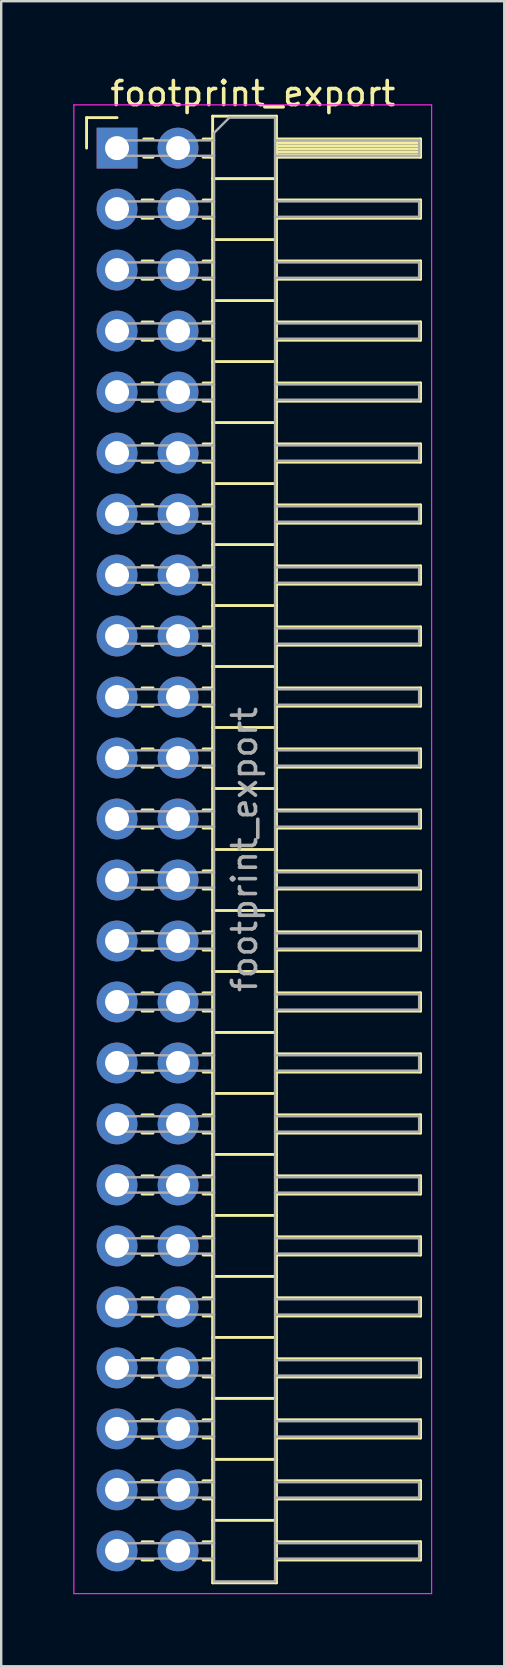
<source format=kicad_pcb>
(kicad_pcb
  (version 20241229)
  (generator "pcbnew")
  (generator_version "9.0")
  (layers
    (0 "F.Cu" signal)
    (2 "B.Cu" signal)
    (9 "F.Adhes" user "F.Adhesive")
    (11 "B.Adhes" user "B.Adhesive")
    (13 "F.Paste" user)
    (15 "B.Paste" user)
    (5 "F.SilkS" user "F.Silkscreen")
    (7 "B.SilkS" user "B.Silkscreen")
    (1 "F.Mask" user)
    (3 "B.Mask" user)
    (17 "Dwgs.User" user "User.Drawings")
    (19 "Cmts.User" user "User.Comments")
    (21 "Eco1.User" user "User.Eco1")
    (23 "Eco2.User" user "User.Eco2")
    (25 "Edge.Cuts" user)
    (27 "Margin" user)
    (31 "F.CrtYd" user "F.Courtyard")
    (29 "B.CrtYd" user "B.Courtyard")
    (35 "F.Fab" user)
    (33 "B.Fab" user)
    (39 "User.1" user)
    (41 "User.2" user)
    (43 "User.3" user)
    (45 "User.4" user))
  (footprint "footprint_export"
    (layer "F.Cu")
    (at 1.825 3.118)
    (property "Reference" "footprint_export" (at 5.655 -2.27 0) (layer "F.SilkS") (effects (font (size 1 1) (thickness 0.15))))
    (attr through_hole)
    (fp_line (start -1.27 -1.27) (end 0 -1.27) (stroke (width 0.12) (type solid)) (layer "F.SilkS"))
    (fp_line (start -1.27 0) (end -1.27 -1.27) (stroke (width 0.12) (type solid)) (layer "F.SilkS"))
    (fp_line (start 1.043 2.16) (end 1.497 2.16) (stroke (width 0.12) (type solid)) (layer "F.SilkS"))
    (fp_line (start 1.043 2.92) (end 1.497 2.92) (stroke (width 0.12) (type solid)) (layer "F.SilkS"))
    (fp_line (start 1.043 4.7) (end 1.497 4.7) (stroke (width 0.12) (type solid)) (layer "F.SilkS"))
    (fp_line (start 1.043 5.46) (end 1.497 5.46) (stroke (width 0.12) (type solid)) (layer "F.SilkS"))
    (fp_line (start 1.043 7.24) (end 1.497 7.24) (stroke (width 0.12) (type solid)) (layer "F.SilkS"))
    (fp_line (start 1.043 8) (end 1.497 8) (stroke (width 0.12) (type solid)) (layer "F.SilkS"))
    (fp_line (start 1.043 9.78) (end 1.497 9.78) (stroke (width 0.12) (type solid)) (layer "F.SilkS"))
    (fp_line (start 1.043 10.54) (end 1.497 10.54) (stroke (width 0.12) (type solid)) (layer "F.SilkS"))
    (fp_line (start 1.043 12.32) (end 1.497 12.32) (stroke (width 0.12) (type solid)) (layer "F.SilkS"))
    (fp_line (start 1.043 13.08) (end 1.497 13.08) (stroke (width 0.12) (type solid)) (layer "F.SilkS"))
    (fp_line (start 1.043 14.86) (end 1.497 14.86) (stroke (width 0.12) (type solid)) (layer "F.SilkS"))
    (fp_line (start 1.043 15.62) (end 1.497 15.62) (stroke (width 0.12) (type solid)) (layer "F.SilkS"))
    (fp_line (start 1.043 17.4) (end 1.497 17.4) (stroke (width 0.12) (type solid)) (layer "F.SilkS"))
    (fp_line (start 1.043 18.16) (end 1.497 18.16) (stroke (width 0.12) (type solid)) (layer "F.SilkS"))
    (fp_line (start 1.043 19.94) (end 1.497 19.94) (stroke (width 0.12) (type solid)) (layer "F.SilkS"))
    (fp_line (start 1.043 20.7) (end 1.497 20.7) (stroke (width 0.12) (type solid)) (layer "F.SilkS"))
    (fp_line (start 1.043 22.48) (end 1.497 22.48) (stroke (width 0.12) (type solid)) (layer "F.SilkS"))
    (fp_line (start 1.043 23.24) (end 1.497 23.24) (stroke (width 0.12) (type solid)) (layer "F.SilkS"))
    (fp_line (start 1.043 25.02) (end 1.497 25.02) (stroke (width 0.12) (type solid)) (layer "F.SilkS"))
    (fp_line (start 1.043 25.78) (end 1.497 25.78) (stroke (width 0.12) (type solid)) (layer "F.SilkS"))
    (fp_line (start 1.043 27.56) (end 1.497 27.56) (stroke (width 0.12) (type solid)) (layer "F.SilkS"))
    (fp_line (start 1.043 28.32) (end 1.497 28.32) (stroke (width 0.12) (type solid)) (layer "F.SilkS"))
    (fp_line (start 1.043 30.1) (end 1.497 30.1) (stroke (width 0.12) (type solid)) (layer "F.SilkS"))
    (fp_line (start 1.043 30.86) (end 1.497 30.86) (stroke (width 0.12) (type solid)) (layer "F.SilkS"))
    (fp_line (start 1.043 32.64) (end 1.497 32.64) (stroke (width 0.12) (type solid)) (layer "F.SilkS"))
    (fp_line (start 1.043 33.4) (end 1.497 33.4) (stroke (width 0.12) (type solid)) (layer "F.SilkS"))
    (fp_line (start 1.043 35.18) (end 1.497 35.18) (stroke (width 0.12) (type solid)) (layer "F.SilkS"))
    (fp_line (start 1.043 35.94) (end 1.497 35.94) (stroke (width 0.12) (type solid)) (layer "F.SilkS"))
    (fp_line (start 1.043 37.72) (end 1.497 37.72) (stroke (width 0.12) (type solid)) (layer "F.SilkS"))
    (fp_line (start 1.043 38.48) (end 1.497 38.48) (stroke (width 0.12) (type solid)) (layer "F.SilkS"))
    (fp_line (start 1.043 40.26) (end 1.497 40.26) (stroke (width 0.12) (type solid)) (layer "F.SilkS"))
    (fp_line (start 1.043 41.02) (end 1.497 41.02) (stroke (width 0.12) (type solid)) (layer "F.SilkS"))
    (fp_line (start 1.043 42.8) (end 1.497 42.8) (stroke (width 0.12) (type solid)) (layer "F.SilkS"))
    (fp_line (start 1.043 43.56) (end 1.497 43.56) (stroke (width 0.12) (type solid)) (layer "F.SilkS"))
    (fp_line (start 1.043 45.34) (end 1.497 45.34) (stroke (width 0.12) (type solid)) (layer "F.SilkS"))
    (fp_line (start 1.043 46.1) (end 1.497 46.1) (stroke (width 0.12) (type solid)) (layer "F.SilkS"))
    (fp_line (start 1.043 47.88) (end 1.497 47.88) (stroke (width 0.12) (type solid)) (layer "F.SilkS"))
    (fp_line (start 1.043 48.64) (end 1.497 48.64) (stroke (width 0.12) (type solid)) (layer "F.SilkS"))
    (fp_line (start 1.043 50.42) (end 1.497 50.42) (stroke (width 0.12) (type solid)) (layer "F.SilkS"))
    (fp_line (start 1.043 51.18) (end 1.497 51.18) (stroke (width 0.12) (type solid)) (layer "F.SilkS"))
    (fp_line (start 1.043 52.96) (end 1.497 52.96) (stroke (width 0.12) (type solid)) (layer "F.SilkS"))
    (fp_line (start 1.043 53.72) (end 1.497 53.72) (stroke (width 0.12) (type solid)) (layer "F.SilkS"))
    (fp_line (start 1.043 55.5) (end 1.497 55.5) (stroke (width 0.12) (type solid)) (layer "F.SilkS"))
    (fp_line (start 1.043 56.26) (end 1.497 56.26) (stroke (width 0.12) (type solid)) (layer "F.SilkS"))
    (fp_line (start 1.043 58.04) (end 1.497 58.04) (stroke (width 0.12) (type solid)) (layer "F.SilkS"))
    (fp_line (start 1.043 58.8) (end 1.497 58.8) (stroke (width 0.12) (type solid)) (layer "F.SilkS"))
    (fp_line (start 1.11 -0.38) (end 1.497 -0.38) (stroke (width 0.12) (type solid)) (layer "F.SilkS"))
    (fp_line (start 1.11 0.38) (end 1.497 0.38) (stroke (width 0.12) (type solid)) (layer "F.SilkS"))
    (fp_line (start 3.583 -0.38) (end 3.98 -0.38) (stroke (width 0.12) (type solid)) (layer "F.SilkS"))
    (fp_line (start 3.583 0.38) (end 3.98 0.38) (stroke (width 0.12) (type solid)) (layer "F.SilkS"))
    (fp_line (start 3.583 2.16) (end 3.98 2.16) (stroke (width 0.12) (type solid)) (layer "F.SilkS"))
    (fp_line (start 3.583 2.92) (end 3.98 2.92) (stroke (width 0.12) (type solid)) (layer "F.SilkS"))
    (fp_line (start 3.583 4.7) (end 3.98 4.7) (stroke (width 0.12) (type solid)) (layer "F.SilkS"))
    (fp_line (start 3.583 5.46) (end 3.98 5.46) (stroke (width 0.12) (type solid)) (layer "F.SilkS"))
    (fp_line (start 3.583 7.24) (end 3.98 7.24) (stroke (width 0.12) (type solid)) (layer "F.SilkS"))
    (fp_line (start 3.583 8) (end 3.98 8) (stroke (width 0.12) (type solid)) (layer "F.SilkS"))
    (fp_line (start 3.583 9.78) (end 3.98 9.78) (stroke (width 0.12) (type solid)) (layer "F.SilkS"))
    (fp_line (start 3.583 10.54) (end 3.98 10.54) (stroke (width 0.12) (type solid)) (layer "F.SilkS"))
    (fp_line (start 3.583 12.32) (end 3.98 12.32) (stroke (width 0.12) (type solid)) (layer "F.SilkS"))
    (fp_line (start 3.583 13.08) (end 3.98 13.08) (stroke (width 0.12) (type solid)) (layer "F.SilkS"))
    (fp_line (start 3.583 14.86) (end 3.98 14.86) (stroke (width 0.12) (type solid)) (layer "F.SilkS"))
    (fp_line (start 3.583 15.62) (end 3.98 15.62) (stroke (width 0.12) (type solid)) (layer "F.SilkS"))
    (fp_line (start 3.583 17.4) (end 3.98 17.4) (stroke (width 0.12) (type solid)) (layer "F.SilkS"))
    (fp_line (start 3.583 18.16) (end 3.98 18.16) (stroke (width 0.12) (type solid)) (layer "F.SilkS"))
    (fp_line (start 3.583 19.94) (end 3.98 19.94) (stroke (width 0.12) (type solid)) (layer "F.SilkS"))
    (fp_line (start 3.583 20.7) (end 3.98 20.7) (stroke (width 0.12) (type solid)) (layer "F.SilkS"))
    (fp_line (start 3.583 22.48) (end 3.98 22.48) (stroke (width 0.12) (type solid)) (layer "F.SilkS"))
    (fp_line (start 3.583 23.24) (end 3.98 23.24) (stroke (width 0.12) (type solid)) (layer "F.SilkS"))
    (fp_line (start 3.583 25.02) (end 3.98 25.02) (stroke (width 0.12) (type solid)) (layer "F.SilkS"))
    (fp_line (start 3.583 25.78) (end 3.98 25.78) (stroke (width 0.12) (type solid)) (layer "F.SilkS"))
    (fp_line (start 3.583 27.56) (end 3.98 27.56) (stroke (width 0.12) (type solid)) (layer "F.SilkS"))
    (fp_line (start 3.583 28.32) (end 3.98 28.32) (stroke (width 0.12) (type solid)) (layer "F.SilkS"))
    (fp_line (start 3.583 30.1) (end 3.98 30.1) (stroke (width 0.12) (type solid)) (layer "F.SilkS"))
    (fp_line (start 3.583 30.86) (end 3.98 30.86) (stroke (width 0.12) (type solid)) (layer "F.SilkS"))
    (fp_line (start 3.583 32.64) (end 3.98 32.64) (stroke (width 0.12) (type solid)) (layer "F.SilkS"))
    (fp_line (start 3.583 33.4) (end 3.98 33.4) (stroke (width 0.12) (type solid)) (layer "F.SilkS"))
    (fp_line (start 3.583 35.18) (end 3.98 35.18) (stroke (width 0.12) (type solid)) (layer "F.SilkS"))
    (fp_line (start 3.583 35.94) (end 3.98 35.94) (stroke (width 0.12) (type solid)) (layer "F.SilkS"))
    (fp_line (start 3.583 37.72) (end 3.98 37.72) (stroke (width 0.12) (type solid)) (layer "F.SilkS"))
    (fp_line (start 3.583 38.48) (end 3.98 38.48) (stroke (width 0.12) (type solid)) (layer "F.SilkS"))
    (fp_line (start 3.583 40.26) (end 3.98 40.26) (stroke (width 0.12) (type solid)) (layer "F.SilkS"))
    (fp_line (start 3.583 41.02) (end 3.98 41.02) (stroke (width 0.12) (type solid)) (layer "F.SilkS"))
    (fp_line (start 3.583 42.8) (end 3.98 42.8) (stroke (width 0.12) (type solid)) (layer "F.SilkS"))
    (fp_line (start 3.583 43.56) (end 3.98 43.56) (stroke (width 0.12) (type solid)) (layer "F.SilkS"))
    (fp_line (start 3.583 45.34) (end 3.98 45.34) (stroke (width 0.12) (type solid)) (layer "F.SilkS"))
    (fp_line (start 3.583 46.1) (end 3.98 46.1) (stroke (width 0.12) (type solid)) (layer "F.SilkS"))
    (fp_line (start 3.583 47.88) (end 3.98 47.88) (stroke (width 0.12) (type solid)) (layer "F.SilkS"))
    (fp_line (start 3.583 48.64) (end 3.98 48.64) (stroke (width 0.12) (type solid)) (layer "F.SilkS"))
    (fp_line (start 3.583 50.42) (end 3.98 50.42) (stroke (width 0.12) (type solid)) (layer "F.SilkS"))
    (fp_line (start 3.583 51.18) (end 3.98 51.18) (stroke (width 0.12) (type solid)) (layer "F.SilkS"))
    (fp_line (start 3.583 52.96) (end 3.98 52.96) (stroke (width 0.12) (type solid)) (layer "F.SilkS"))
    (fp_line (start 3.583 53.72) (end 3.98 53.72) (stroke (width 0.12) (type solid)) (layer "F.SilkS"))
    (fp_line (start 3.583 55.5) (end 3.98 55.5) (stroke (width 0.12) (type solid)) (layer "F.SilkS"))
    (fp_line (start 3.583 56.26) (end 3.98 56.26) (stroke (width 0.12) (type solid)) (layer "F.SilkS"))
    (fp_line (start 3.583 58.04) (end 3.98 58.04) (stroke (width 0.12) (type solid)) (layer "F.SilkS"))
    (fp_line (start 3.583 58.8) (end 3.98 58.8) (stroke (width 0.12) (type solid)) (layer "F.SilkS"))
    (fp_line (start 3.98 -1.33) (end 3.98 59.75) (stroke (width 0.12) (type solid)) (layer "F.SilkS"))
    (fp_line (start 3.98 1.27) (end 6.64 1.27) (stroke (width 0.12) (type solid)) (layer "F.SilkS"))
    (fp_line (start 3.98 3.81) (end 6.64 3.81) (stroke (width 0.12) (type solid)) (layer "F.SilkS"))
    (fp_line (start 3.98 6.35) (end 6.64 6.35) (stroke (width 0.12) (type solid)) (layer "F.SilkS"))
    (fp_line (start 3.98 8.89) (end 6.64 8.89) (stroke (width 0.12) (type solid)) (layer "F.SilkS"))
    (fp_line (start 3.98 11.43) (end 6.64 11.43) (stroke (width 0.12) (type solid)) (layer "F.SilkS"))
    (fp_line (start 3.98 13.97) (end 6.64 13.97) (stroke (width 0.12) (type solid)) (layer "F.SilkS"))
    (fp_line (start 3.98 16.51) (end 6.64 16.51) (stroke (width 0.12) (type solid)) (layer "F.SilkS"))
    (fp_line (start 3.98 19.05) (end 6.64 19.05) (stroke (width 0.12) (type solid)) (layer "F.SilkS"))
    (fp_line (start 3.98 21.59) (end 6.64 21.59) (stroke (width 0.12) (type solid)) (layer "F.SilkS"))
    (fp_line (start 3.98 24.13) (end 6.64 24.13) (stroke (width 0.12) (type solid)) (layer "F.SilkS"))
    (fp_line (start 3.98 26.67) (end 6.64 26.67) (stroke (width 0.12) (type solid)) (layer "F.SilkS"))
    (fp_line (start 3.98 29.21) (end 6.64 29.21) (stroke (width 0.12) (type solid)) (layer "F.SilkS"))
    (fp_line (start 3.98 31.75) (end 6.64 31.75) (stroke (width 0.12) (type solid)) (layer "F.SilkS"))
    (fp_line (start 3.98 34.29) (end 6.64 34.29) (stroke (width 0.12) (type solid)) (layer "F.SilkS"))
    (fp_line (start 3.98 36.83) (end 6.64 36.83) (stroke (width 0.12) (type solid)) (layer "F.SilkS"))
    (fp_line (start 3.98 39.37) (end 6.64 39.37) (stroke (width 0.12) (type solid)) (layer "F.SilkS"))
    (fp_line (start 3.98 41.91) (end 6.64 41.91) (stroke (width 0.12) (type solid)) (layer "F.SilkS"))
    (fp_line (start 3.98 44.45) (end 6.64 44.45) (stroke (width 0.12) (type solid)) (layer "F.SilkS"))
    (fp_line (start 3.98 46.99) (end 6.64 46.99) (stroke (width 0.12) (type solid)) (layer "F.SilkS"))
    (fp_line (start 3.98 49.53) (end 6.64 49.53) (stroke (width 0.12) (type solid)) (layer "F.SilkS"))
    (fp_line (start 3.98 52.07) (end 6.64 52.07) (stroke (width 0.12) (type solid)) (layer "F.SilkS"))
    (fp_line (start 3.98 54.61) (end 6.64 54.61) (stroke (width 0.12) (type solid)) (layer "F.SilkS"))
    (fp_line (start 3.98 57.15) (end 6.64 57.15) (stroke (width 0.12) (type solid)) (layer "F.SilkS"))
    (fp_line (start 3.98 59.75) (end 6.64 59.75) (stroke (width 0.12) (type solid)) (layer "F.SilkS"))
    (fp_line (start 6.64 -1.33) (end 3.98 -1.33) (stroke (width 0.12) (type solid)) (layer "F.SilkS"))
    (fp_line (start 6.64 -0.38) (end 12.64 -0.38) (stroke (width 0.12) (type solid)) (layer "F.SilkS"))
    (fp_line (start 6.64 -0.32) (end 12.64 -0.32) (stroke (width 0.12) (type solid)) (layer "F.SilkS"))
    (fp_line (start 6.64 -0.2) (end 12.64 -0.2) (stroke (width 0.12) (type solid)) (layer "F.SilkS"))
    (fp_line (start 6.64 -0.08) (end 12.64 -0.08) (stroke (width 0.12) (type solid)) (layer "F.SilkS"))
    (fp_line (start 6.64 0.04) (end 12.64 0.04) (stroke (width 0.12) (type solid)) (layer "F.SilkS"))
    (fp_line (start 6.64 0.16) (end 12.64 0.16) (stroke (width 0.12) (type solid)) (layer "F.SilkS"))
    (fp_line (start 6.64 0.28) (end 12.64 0.28) (stroke (width 0.12) (type solid)) (layer "F.SilkS"))
    (fp_line (start 6.64 2.16) (end 12.64 2.16) (stroke (width 0.12) (type solid)) (layer "F.SilkS"))
    (fp_line (start 6.64 4.7) (end 12.64 4.7) (stroke (width 0.12) (type solid)) (layer "F.SilkS"))
    (fp_line (start 6.64 7.24) (end 12.64 7.24) (stroke (width 0.12) (type solid)) (layer "F.SilkS"))
    (fp_line (start 6.64 9.78) (end 12.64 9.78) (stroke (width 0.12) (type solid)) (layer "F.SilkS"))
    (fp_line (start 6.64 12.32) (end 12.64 12.32) (stroke (width 0.12) (type solid)) (layer "F.SilkS"))
    (fp_line (start 6.64 14.86) (end 12.64 14.86) (stroke (width 0.12) (type solid)) (layer "F.SilkS"))
    (fp_line (start 6.64 17.4) (end 12.64 17.4) (stroke (width 0.12) (type solid)) (layer "F.SilkS"))
    (fp_line (start 6.64 19.94) (end 12.64 19.94) (stroke (width 0.12) (type solid)) (layer "F.SilkS"))
    (fp_line (start 6.64 22.48) (end 12.64 22.48) (stroke (width 0.12) (type solid)) (layer "F.SilkS"))
    (fp_line (start 6.64 25.02) (end 12.64 25.02) (stroke (width 0.12) (type solid)) (layer "F.SilkS"))
    (fp_line (start 6.64 27.56) (end 12.64 27.56) (stroke (width 0.12) (type solid)) (layer "F.SilkS"))
    (fp_line (start 6.64 30.1) (end 12.64 30.1) (stroke (width 0.12) (type solid)) (layer "F.SilkS"))
    (fp_line (start 6.64 32.64) (end 12.64 32.64) (stroke (width 0.12) (type solid)) (layer "F.SilkS"))
    (fp_line (start 6.64 35.18) (end 12.64 35.18) (stroke (width 0.12) (type solid)) (layer "F.SilkS"))
    (fp_line (start 6.64 37.72) (end 12.64 37.72) (stroke (width 0.12) (type solid)) (layer "F.SilkS"))
    (fp_line (start 6.64 40.26) (end 12.64 40.26) (stroke (width 0.12) (type solid)) (layer "F.SilkS"))
    (fp_line (start 6.64 42.8) (end 12.64 42.8) (stroke (width 0.12) (type solid)) (layer "F.SilkS"))
    (fp_line (start 6.64 45.34) (end 12.64 45.34) (stroke (width 0.12) (type solid)) (layer "F.SilkS"))
    (fp_line (start 6.64 47.88) (end 12.64 47.88) (stroke (width 0.12) (type solid)) (layer "F.SilkS"))
    (fp_line (start 6.64 50.42) (end 12.64 50.42) (stroke (width 0.12) (type solid)) (layer "F.SilkS"))
    (fp_line (start 6.64 52.96) (end 12.64 52.96) (stroke (width 0.12) (type solid)) (layer "F.SilkS"))
    (fp_line (start 6.64 55.5) (end 12.64 55.5) (stroke (width 0.12) (type solid)) (layer "F.SilkS"))
    (fp_line (start 6.64 58.04) (end 12.64 58.04) (stroke (width 0.12) (type solid)) (layer "F.SilkS"))
    (fp_line (start 6.64 59.75) (end 6.64 -1.33) (stroke (width 0.12) (type solid)) (layer "F.SilkS"))
    (fp_line (start 12.64 -0.38) (end 12.64 0.38) (stroke (width 0.12) (type solid)) (layer "F.SilkS"))
    (fp_line (start 12.64 0.38) (end 6.64 0.38) (stroke (width 0.12) (type solid)) (layer "F.SilkS"))
    (fp_line (start 12.64 2.16) (end 12.64 2.92) (stroke (width 0.12) (type solid)) (layer "F.SilkS"))
    (fp_line (start 12.64 2.92) (end 6.64 2.92) (stroke (width 0.12) (type solid)) (layer "F.SilkS"))
    (fp_line (start 12.64 4.7) (end 12.64 5.46) (stroke (width 0.12) (type solid)) (layer "F.SilkS"))
    (fp_line (start 12.64 5.46) (end 6.64 5.46) (stroke (width 0.12) (type solid)) (layer "F.SilkS"))
    (fp_line (start 12.64 7.24) (end 12.64 8) (stroke (width 0.12) (type solid)) (layer "F.SilkS"))
    (fp_line (start 12.64 8) (end 6.64 8) (stroke (width 0.12) (type solid)) (layer "F.SilkS"))
    (fp_line (start 12.64 9.78) (end 12.64 10.54) (stroke (width 0.12) (type solid)) (layer "F.SilkS"))
    (fp_line (start 12.64 10.54) (end 6.64 10.54) (stroke (width 0.12) (type solid)) (layer "F.SilkS"))
    (fp_line (start 12.64 12.32) (end 12.64 13.08) (stroke (width 0.12) (type solid)) (layer "F.SilkS"))
    (fp_line (start 12.64 13.08) (end 6.64 13.08) (stroke (width 0.12) (type solid)) (layer "F.SilkS"))
    (fp_line (start 12.64 14.86) (end 12.64 15.62) (stroke (width 0.12) (type solid)) (layer "F.SilkS"))
    (fp_line (start 12.64 15.62) (end 6.64 15.62) (stroke (width 0.12) (type solid)) (layer "F.SilkS"))
    (fp_line (start 12.64 17.4) (end 12.64 18.16) (stroke (width 0.12) (type solid)) (layer "F.SilkS"))
    (fp_line (start 12.64 18.16) (end 6.64 18.16) (stroke (width 0.12) (type solid)) (layer "F.SilkS"))
    (fp_line (start 12.64 19.94) (end 12.64 20.7) (stroke (width 0.12) (type solid)) (layer "F.SilkS"))
    (fp_line (start 12.64 20.7) (end 6.64 20.7) (stroke (width 0.12) (type solid)) (layer "F.SilkS"))
    (fp_line (start 12.64 22.48) (end 12.64 23.24) (stroke (width 0.12) (type solid)) (layer "F.SilkS"))
    (fp_line (start 12.64 23.24) (end 6.64 23.24) (stroke (width 0.12) (type solid)) (layer "F.SilkS"))
    (fp_line (start 12.64 25.02) (end 12.64 25.78) (stroke (width 0.12) (type solid)) (layer "F.SilkS"))
    (fp_line (start 12.64 25.78) (end 6.64 25.78) (stroke (width 0.12) (type solid)) (layer "F.SilkS"))
    (fp_line (start 12.64 27.56) (end 12.64 28.32) (stroke (width 0.12) (type solid)) (layer "F.SilkS"))
    (fp_line (start 12.64 28.32) (end 6.64 28.32) (stroke (width 0.12) (type solid)) (layer "F.SilkS"))
    (fp_line (start 12.64 30.1) (end 12.64 30.86) (stroke (width 0.12) (type solid)) (layer "F.SilkS"))
    (fp_line (start 12.64 30.86) (end 6.64 30.86) (stroke (width 0.12) (type solid)) (layer "F.SilkS"))
    (fp_line (start 12.64 32.64) (end 12.64 33.4) (stroke (width 0.12) (type solid)) (layer "F.SilkS"))
    (fp_line (start 12.64 33.4) (end 6.64 33.4) (stroke (width 0.12) (type solid)) (layer "F.SilkS"))
    (fp_line (start 12.64 35.18) (end 12.64 35.94) (stroke (width 0.12) (type solid)) (layer "F.SilkS"))
    (fp_line (start 12.64 35.94) (end 6.64 35.94) (stroke (width 0.12) (type solid)) (layer "F.SilkS"))
    (fp_line (start 12.64 37.72) (end 12.64 38.48) (stroke (width 0.12) (type solid)) (layer "F.SilkS"))
    (fp_line (start 12.64 38.48) (end 6.64 38.48) (stroke (width 0.12) (type solid)) (layer "F.SilkS"))
    (fp_line (start 12.64 40.26) (end 12.64 41.02) (stroke (width 0.12) (type solid)) (layer "F.SilkS"))
    (fp_line (start 12.64 41.02) (end 6.64 41.02) (stroke (width 0.12) (type solid)) (layer "F.SilkS"))
    (fp_line (start 12.64 42.8) (end 12.64 43.56) (stroke (width 0.12) (type solid)) (layer "F.SilkS"))
    (fp_line (start 12.64 43.56) (end 6.64 43.56) (stroke (width 0.12) (type solid)) (layer "F.SilkS"))
    (fp_line (start 12.64 45.34) (end 12.64 46.1) (stroke (width 0.12) (type solid)) (layer "F.SilkS"))
    (fp_line (start 12.64 46.1) (end 6.64 46.1) (stroke (width 0.12) (type solid)) (layer "F.SilkS"))
    (fp_line (start 12.64 47.88) (end 12.64 48.64) (stroke (width 0.12) (type solid)) (layer "F.SilkS"))
    (fp_line (start 12.64 48.64) (end 6.64 48.64) (stroke (width 0.12) (type solid)) (layer "F.SilkS"))
    (fp_line (start 12.64 50.42) (end 12.64 51.18) (stroke (width 0.12) (type solid)) (layer "F.SilkS"))
    (fp_line (start 12.64 51.18) (end 6.64 51.18) (stroke (width 0.12) (type solid)) (layer "F.SilkS"))
    (fp_line (start 12.64 52.96) (end 12.64 53.72) (stroke (width 0.12) (type solid)) (layer "F.SilkS"))
    (fp_line (start 12.64 53.72) (end 6.64 53.72) (stroke (width 0.12) (type solid)) (layer "F.SilkS"))
    (fp_line (start 12.64 55.5) (end 12.64 56.26) (stroke (width 0.12) (type solid)) (layer "F.SilkS"))
    (fp_line (start 12.64 56.26) (end 6.64 56.26) (stroke (width 0.12) (type solid)) (layer "F.SilkS"))
    (fp_line (start 12.64 58.04) (end 12.64 58.8) (stroke (width 0.12) (type solid)) (layer "F.SilkS"))
    (fp_line (start 12.64 58.8) (end 6.64 58.8) (stroke (width 0.12) (type solid)) (layer "F.SilkS"))
    (fp_line (start -1.8 -1.8) (end -1.8 60.2) (stroke (width 0.05) (type solid)) (layer "F.CrtYd"))
    (fp_line (start -1.8 60.2) (end 13.1 60.2) (stroke (width 0.05) (type solid)) (layer "F.CrtYd"))
    (fp_line (start 13.1 -1.8) (end -1.8 -1.8) (stroke (width 0.05) (type solid)) (layer "F.CrtYd"))
    (fp_line (start 13.1 60.2) (end 13.1 -1.8) (stroke (width 0.05) (type solid)) (layer "F.CrtYd"))
    (fp_line (start -0.32 -0.32) (end -0.32 0.32) (stroke (width 0.1) (type solid)) (layer "F.Fab"))
    (fp_line (start -0.32 -0.32) (end 4.04 -0.32) (stroke (width 0.1) (type solid)) (layer "F.Fab"))
    (fp_line (start -0.32 0.32) (end 4.04 0.32) (stroke (width 0.1) (type solid)) (layer "F.Fab"))
    (fp_line (start -0.32 2.22) (end -0.32 2.86) (stroke (width 0.1) (type solid)) (layer "F.Fab"))
    (fp_line (start -0.32 2.22) (end 4.04 2.22) (stroke (width 0.1) (type solid)) (layer "F.Fab"))
    (fp_line (start -0.32 2.86) (end 4.04 2.86) (stroke (width 0.1) (type solid)) (layer "F.Fab"))
    (fp_line (start -0.32 4.76) (end -0.32 5.4) (stroke (width 0.1) (type solid)) (layer "F.Fab"))
    (fp_line (start -0.32 4.76) (end 4.04 4.76) (stroke (width 0.1) (type solid)) (layer "F.Fab"))
    (fp_line (start -0.32 5.4) (end 4.04 5.4) (stroke (width 0.1) (type solid)) (layer "F.Fab"))
    (fp_line (start -0.32 7.3) (end -0.32 7.94) (stroke (width 0.1) (type solid)) (layer "F.Fab"))
    (fp_line (start -0.32 7.3) (end 4.04 7.3) (stroke (width 0.1) (type solid)) (layer "F.Fab"))
    (fp_line (start -0.32 7.94) (end 4.04 7.94) (stroke (width 0.1) (type solid)) (layer "F.Fab"))
    (fp_line (start -0.32 9.84) (end -0.32 10.48) (stroke (width 0.1) (type solid)) (layer "F.Fab"))
    (fp_line (start -0.32 9.84) (end 4.04 9.84) (stroke (width 0.1) (type solid)) (layer "F.Fab"))
    (fp_line (start -0.32 10.48) (end 4.04 10.48) (stroke (width 0.1) (type solid)) (layer "F.Fab"))
    (fp_line (start -0.32 12.38) (end -0.32 13.02) (stroke (width 0.1) (type solid)) (layer "F.Fab"))
    (fp_line (start -0.32 12.38) (end 4.04 12.38) (stroke (width 0.1) (type solid)) (layer "F.Fab"))
    (fp_line (start -0.32 13.02) (end 4.04 13.02) (stroke (width 0.1) (type solid)) (layer "F.Fab"))
    (fp_line (start -0.32 14.92) (end -0.32 15.56) (stroke (width 0.1) (type solid)) (layer "F.Fab"))
    (fp_line (start -0.32 14.92) (end 4.04 14.92) (stroke (width 0.1) (type solid)) (layer "F.Fab"))
    (fp_line (start -0.32 15.56) (end 4.04 15.56) (stroke (width 0.1) (type solid)) (layer "F.Fab"))
    (fp_line (start -0.32 17.46) (end -0.32 18.1) (stroke (width 0.1) (type solid)) (layer "F.Fab"))
    (fp_line (start -0.32 17.46) (end 4.04 17.46) (stroke (width 0.1) (type solid)) (layer "F.Fab"))
    (fp_line (start -0.32 18.1) (end 4.04 18.1) (stroke (width 0.1) (type solid)) (layer "F.Fab"))
    (fp_line (start -0.32 20) (end -0.32 20.64) (stroke (width 0.1) (type solid)) (layer "F.Fab"))
    (fp_line (start -0.32 20) (end 4.04 20) (stroke (width 0.1) (type solid)) (layer "F.Fab"))
    (fp_line (start -0.32 20.64) (end 4.04 20.64) (stroke (width 0.1) (type solid)) (layer "F.Fab"))
    (fp_line (start -0.32 22.54) (end -0.32 23.18) (stroke (width 0.1) (type solid)) (layer "F.Fab"))
    (fp_line (start -0.32 22.54) (end 4.04 22.54) (stroke (width 0.1) (type solid)) (layer "F.Fab"))
    (fp_line (start -0.32 23.18) (end 4.04 23.18) (stroke (width 0.1) (type solid)) (layer "F.Fab"))
    (fp_line (start -0.32 25.08) (end -0.32 25.72) (stroke (width 0.1) (type solid)) (layer "F.Fab"))
    (fp_line (start -0.32 25.08) (end 4.04 25.08) (stroke (width 0.1) (type solid)) (layer "F.Fab"))
    (fp_line (start -0.32 25.72) (end 4.04 25.72) (stroke (width 0.1) (type solid)) (layer "F.Fab"))
    (fp_line (start -0.32 27.62) (end -0.32 28.26) (stroke (width 0.1) (type solid)) (layer "F.Fab"))
    (fp_line (start -0.32 27.62) (end 4.04 27.62) (stroke (width 0.1) (type solid)) (layer "F.Fab"))
    (fp_line (start -0.32 28.26) (end 4.04 28.26) (stroke (width 0.1) (type solid)) (layer "F.Fab"))
    (fp_line (start -0.32 30.16) (end -0.32 30.8) (stroke (width 0.1) (type solid)) (layer "F.Fab"))
    (fp_line (start -0.32 30.16) (end 4.04 30.16) (stroke (width 0.1) (type solid)) (layer "F.Fab"))
    (fp_line (start -0.32 30.8) (end 4.04 30.8) (stroke (width 0.1) (type solid)) (layer "F.Fab"))
    (fp_line (start -0.32 32.7) (end -0.32 33.34) (stroke (width 0.1) (type solid)) (layer "F.Fab"))
    (fp_line (start -0.32 32.7) (end 4.04 32.7) (stroke (width 0.1) (type solid)) (layer "F.Fab"))
    (fp_line (start -0.32 33.34) (end 4.04 33.34) (stroke (width 0.1) (type solid)) (layer "F.Fab"))
    (fp_line (start -0.32 35.24) (end -0.32 35.88) (stroke (width 0.1) (type solid)) (layer "F.Fab"))
    (fp_line (start -0.32 35.24) (end 4.04 35.24) (stroke (width 0.1) (type solid)) (layer "F.Fab"))
    (fp_line (start -0.32 35.88) (end 4.04 35.88) (stroke (width 0.1) (type solid)) (layer "F.Fab"))
    (fp_line (start -0.32 37.78) (end -0.32 38.42) (stroke (width 0.1) (type solid)) (layer "F.Fab"))
    (fp_line (start -0.32 37.78) (end 4.04 37.78) (stroke (width 0.1) (type solid)) (layer "F.Fab"))
    (fp_line (start -0.32 38.42) (end 4.04 38.42) (stroke (width 0.1) (type solid)) (layer "F.Fab"))
    (fp_line (start -0.32 40.32) (end -0.32 40.96) (stroke (width 0.1) (type solid)) (layer "F.Fab"))
    (fp_line (start -0.32 40.32) (end 4.04 40.32) (stroke (width 0.1) (type solid)) (layer "F.Fab"))
    (fp_line (start -0.32 40.96) (end 4.04 40.96) (stroke (width 0.1) (type solid)) (layer "F.Fab"))
    (fp_line (start -0.32 42.86) (end -0.32 43.5) (stroke (width 0.1) (type solid)) (layer "F.Fab"))
    (fp_line (start -0.32 42.86) (end 4.04 42.86) (stroke (width 0.1) (type solid)) (layer "F.Fab"))
    (fp_line (start -0.32 43.5) (end 4.04 43.5) (stroke (width 0.1) (type solid)) (layer "F.Fab"))
    (fp_line (start -0.32 45.4) (end -0.32 46.04) (stroke (width 0.1) (type solid)) (layer "F.Fab"))
    (fp_line (start -0.32 45.4) (end 4.04 45.4) (stroke (width 0.1) (type solid)) (layer "F.Fab"))
    (fp_line (start -0.32 46.04) (end 4.04 46.04) (stroke (width 0.1) (type solid)) (layer "F.Fab"))
    (fp_line (start -0.32 47.94) (end -0.32 48.58) (stroke (width 0.1) (type solid)) (layer "F.Fab"))
    (fp_line (start -0.32 47.94) (end 4.04 47.94) (stroke (width 0.1) (type solid)) (layer "F.Fab"))
    (fp_line (start -0.32 48.58) (end 4.04 48.58) (stroke (width 0.1) (type solid)) (layer "F.Fab"))
    (fp_line (start -0.32 50.48) (end -0.32 51.12) (stroke (width 0.1) (type solid)) (layer "F.Fab"))
    (fp_line (start -0.32 50.48) (end 4.04 50.48) (stroke (width 0.1) (type solid)) (layer "F.Fab"))
    (fp_line (start -0.32 51.12) (end 4.04 51.12) (stroke (width 0.1) (type solid)) (layer "F.Fab"))
    (fp_line (start -0.32 53.02) (end -0.32 53.66) (stroke (width 0.1) (type solid)) (layer "F.Fab"))
    (fp_line (start -0.32 53.02) (end 4.04 53.02) (stroke (width 0.1) (type solid)) (layer "F.Fab"))
    (fp_line (start -0.32 53.66) (end 4.04 53.66) (stroke (width 0.1) (type solid)) (layer "F.Fab"))
    (fp_line (start -0.32 55.56) (end -0.32 56.2) (stroke (width 0.1) (type solid)) (layer "F.Fab"))
    (fp_line (start -0.32 55.56) (end 4.04 55.56) (stroke (width 0.1) (type solid)) (layer "F.Fab"))
    (fp_line (start -0.32 56.2) (end 4.04 56.2) (stroke (width 0.1) (type solid)) (layer "F.Fab"))
    (fp_line (start -0.32 58.1) (end -0.32 58.74) (stroke (width 0.1) (type solid)) (layer "F.Fab"))
    (fp_line (start -0.32 58.1) (end 4.04 58.1) (stroke (width 0.1) (type solid)) (layer "F.Fab"))
    (fp_line (start -0.32 58.74) (end 4.04 58.74) (stroke (width 0.1) (type solid)) (layer "F.Fab"))
    (fp_line (start 4.04 -0.635) (end 4.675 -1.27) (stroke (width 0.1) (type solid)) (layer "F.Fab"))
    (fp_line (start 4.04 59.69) (end 4.04 -0.635) (stroke (width 0.1) (type solid)) (layer "F.Fab"))
    (fp_line (start 4.675 -1.27) (end 6.58 -1.27) (stroke (width 0.1) (type solid)) (layer "F.Fab"))
    (fp_line (start 6.58 -1.27) (end 6.58 59.69) (stroke (width 0.1) (type solid)) (layer "F.Fab"))
    (fp_line (start 6.58 -0.32) (end 12.58 -0.32) (stroke (width 0.1) (type solid)) (layer "F.Fab"))
    (fp_line (start 6.58 0.32) (end 12.58 0.32) (stroke (width 0.1) (type solid)) (layer "F.Fab"))
    (fp_line (start 6.58 2.22) (end 12.58 2.22) (stroke (width 0.1) (type solid)) (layer "F.Fab"))
    (fp_line (start 6.58 2.86) (end 12.58 2.86) (stroke (width 0.1) (type solid)) (layer "F.Fab"))
    (fp_line (start 6.58 4.76) (end 12.58 4.76) (stroke (width 0.1) (type solid)) (layer "F.Fab"))
    (fp_line (start 6.58 5.4) (end 12.58 5.4) (stroke (width 0.1) (type solid)) (layer "F.Fab"))
    (fp_line (start 6.58 7.3) (end 12.58 7.3) (stroke (width 0.1) (type solid)) (layer "F.Fab"))
    (fp_line (start 6.58 7.94) (end 12.58 7.94) (stroke (width 0.1) (type solid)) (layer "F.Fab"))
    (fp_line (start 6.58 9.84) (end 12.58 9.84) (stroke (width 0.1) (type solid)) (layer "F.Fab"))
    (fp_line (start 6.58 10.48) (end 12.58 10.48) (stroke (width 0.1) (type solid)) (layer "F.Fab"))
    (fp_line (start 6.58 12.38) (end 12.58 12.38) (stroke (width 0.1) (type solid)) (layer "F.Fab"))
    (fp_line (start 6.58 13.02) (end 12.58 13.02) (stroke (width 0.1) (type solid)) (layer "F.Fab"))
    (fp_line (start 6.58 14.92) (end 12.58 14.92) (stroke (width 0.1) (type solid)) (layer "F.Fab"))
    (fp_line (start 6.58 15.56) (end 12.58 15.56) (stroke (width 0.1) (type solid)) (layer "F.Fab"))
    (fp_line (start 6.58 17.46) (end 12.58 17.46) (stroke (width 0.1) (type solid)) (layer "F.Fab"))
    (fp_line (start 6.58 18.1) (end 12.58 18.1) (stroke (width 0.1) (type solid)) (layer "F.Fab"))
    (fp_line (start 6.58 20) (end 12.58 20) (stroke (width 0.1) (type solid)) (layer "F.Fab"))
    (fp_line (start 6.58 20.64) (end 12.58 20.64) (stroke (width 0.1) (type solid)) (layer "F.Fab"))
    (fp_line (start 6.58 22.54) (end 12.58 22.54) (stroke (width 0.1) (type solid)) (layer "F.Fab"))
    (fp_line (start 6.58 23.18) (end 12.58 23.18) (stroke (width 0.1) (type solid)) (layer "F.Fab"))
    (fp_line (start 6.58 25.08) (end 12.58 25.08) (stroke (width 0.1) (type solid)) (layer "F.Fab"))
    (fp_line (start 6.58 25.72) (end 12.58 25.72) (stroke (width 0.1) (type solid)) (layer "F.Fab"))
    (fp_line (start 6.58 27.62) (end 12.58 27.62) (stroke (width 0.1) (type solid)) (layer "F.Fab"))
    (fp_line (start 6.58 28.26) (end 12.58 28.26) (stroke (width 0.1) (type solid)) (layer "F.Fab"))
    (fp_line (start 6.58 30.16) (end 12.58 30.16) (stroke (width 0.1) (type solid)) (layer "F.Fab"))
    (fp_line (start 6.58 30.8) (end 12.58 30.8) (stroke (width 0.1) (type solid)) (layer "F.Fab"))
    (fp_line (start 6.58 32.7) (end 12.58 32.7) (stroke (width 0.1) (type solid)) (layer "F.Fab"))
    (fp_line (start 6.58 33.34) (end 12.58 33.34) (stroke (width 0.1) (type solid)) (layer "F.Fab"))
    (fp_line (start 6.58 35.24) (end 12.58 35.24) (stroke (width 0.1) (type solid)) (layer "F.Fab"))
    (fp_line (start 6.58 35.88) (end 12.58 35.88) (stroke (width 0.1) (type solid)) (layer "F.Fab"))
    (fp_line (start 6.58 37.78) (end 12.58 37.78) (stroke (width 0.1) (type solid)) (layer "F.Fab"))
    (fp_line (start 6.58 38.42) (end 12.58 38.42) (stroke (width 0.1) (type solid)) (layer "F.Fab"))
    (fp_line (start 6.58 40.32) (end 12.58 40.32) (stroke (width 0.1) (type solid)) (layer "F.Fab"))
    (fp_line (start 6.58 40.96) (end 12.58 40.96) (stroke (width 0.1) (type solid)) (layer "F.Fab"))
    (fp_line (start 6.58 42.86) (end 12.58 42.86) (stroke (width 0.1) (type solid)) (layer "F.Fab"))
    (fp_line (start 6.58 43.5) (end 12.58 43.5) (stroke (width 0.1) (type solid)) (layer "F.Fab"))
    (fp_line (start 6.58 45.4) (end 12.58 45.4) (stroke (width 0.1) (type solid)) (layer "F.Fab"))
    (fp_line (start 6.58 46.04) (end 12.58 46.04) (stroke (width 0.1) (type solid)) (layer "F.Fab"))
    (fp_line (start 6.58 47.94) (end 12.58 47.94) (stroke (width 0.1) (type solid)) (layer "F.Fab"))
    (fp_line (start 6.58 48.58) (end 12.58 48.58) (stroke (width 0.1) (type solid)) (layer "F.Fab"))
    (fp_line (start 6.58 50.48) (end 12.58 50.48) (stroke (width 0.1) (type solid)) (layer "F.Fab"))
    (fp_line (start 6.58 51.12) (end 12.58 51.12) (stroke (width 0.1) (type solid)) (layer "F.Fab"))
    (fp_line (start 6.58 53.02) (end 12.58 53.02) (stroke (width 0.1) (type solid)) (layer "F.Fab"))
    (fp_line (start 6.58 53.66) (end 12.58 53.66) (stroke (width 0.1) (type solid)) (layer "F.Fab"))
    (fp_line (start 6.58 55.56) (end 12.58 55.56) (stroke (width 0.1) (type solid)) (layer "F.Fab"))
    (fp_line (start 6.58 56.2) (end 12.58 56.2) (stroke (width 0.1) (type solid)) (layer "F.Fab"))
    (fp_line (start 6.58 58.1) (end 12.58 58.1) (stroke (width 0.1) (type solid)) (layer "F.Fab"))
    (fp_line (start 6.58 58.74) (end 12.58 58.74) (stroke (width 0.1) (type solid)) (layer "F.Fab"))
    (fp_line (start 6.58 59.69) (end 4.04 59.69) (stroke (width 0.1) (type solid)) (layer "F.Fab"))
    (fp_line (start 12.58 -0.32) (end 12.58 0.32) (stroke (width 0.1) (type solid)) (layer "F.Fab"))
    (fp_line (start 12.58 2.22) (end 12.58 2.86) (stroke (width 0.1) (type solid)) (layer "F.Fab"))
    (fp_line (start 12.58 4.76) (end 12.58 5.4) (stroke (width 0.1) (type solid)) (layer "F.Fab"))
    (fp_line (start 12.58 7.3) (end 12.58 7.94) (stroke (width 0.1) (type solid)) (layer "F.Fab"))
    (fp_line (start 12.58 9.84) (end 12.58 10.48) (stroke (width 0.1) (type solid)) (layer "F.Fab"))
    (fp_line (start 12.58 12.38) (end 12.58 13.02) (stroke (width 0.1) (type solid)) (layer "F.Fab"))
    (fp_line (start 12.58 14.92) (end 12.58 15.56) (stroke (width 0.1) (type solid)) (layer "F.Fab"))
    (fp_line (start 12.58 17.46) (end 12.58 18.1) (stroke (width 0.1) (type solid)) (layer "F.Fab"))
    (fp_line (start 12.58 20) (end 12.58 20.64) (stroke (width 0.1) (type solid)) (layer "F.Fab"))
    (fp_line (start 12.58 22.54) (end 12.58 23.18) (stroke (width 0.1) (type solid)) (layer "F.Fab"))
    (fp_line (start 12.58 25.08) (end 12.58 25.72) (stroke (width 0.1) (type solid)) (layer "F.Fab"))
    (fp_line (start 12.58 27.62) (end 12.58 28.26) (stroke (width 0.1) (type solid)) (layer "F.Fab"))
    (fp_line (start 12.58 30.16) (end 12.58 30.8) (stroke (width 0.1) (type solid)) (layer "F.Fab"))
    (fp_line (start 12.58 32.7) (end 12.58 33.34) (stroke (width 0.1) (type solid)) (layer "F.Fab"))
    (fp_line (start 12.58 35.24) (end 12.58 35.88) (stroke (width 0.1) (type solid)) (layer "F.Fab"))
    (fp_line (start 12.58 37.78) (end 12.58 38.42) (stroke (width 0.1) (type solid)) (layer "F.Fab"))
    (fp_line (start 12.58 40.32) (end 12.58 40.96) (stroke (width 0.1) (type solid)) (layer "F.Fab"))
    (fp_line (start 12.58 42.86) (end 12.58 43.5) (stroke (width 0.1) (type solid)) (layer "F.Fab"))
    (fp_line (start 12.58 45.4) (end 12.58 46.04) (stroke (width 0.1) (type solid)) (layer "F.Fab"))
    (fp_line (start 12.58 47.94) (end 12.58 48.58) (stroke (width 0.1) (type solid)) (layer "F.Fab"))
    (fp_line (start 12.58 50.48) (end 12.58 51.12) (stroke (width 0.1) (type solid)) (layer "F.Fab"))
    (fp_line (start 12.58 53.02) (end 12.58 53.66) (stroke (width 0.1) (type solid)) (layer "F.Fab"))
    (fp_line (start 12.58 55.56) (end 12.58 56.2) (stroke (width 0.1) (type solid)) (layer "F.Fab"))
    (fp_line (start 12.58 58.1) (end 12.58 58.74) (stroke (width 0.1) (type solid)) (layer "F.Fab"))
    (fp_text user "${REFERENCE}" (at 5.31 29.21 90) (layer "F.Fab") (effects (font (size 1 1) (thickness 0.15))))
    (pad "1" thru_hole rect (at 0 0) (size 1.7 1.7) (drill 1) (layers "*.Cu" "*.Mask"))
    (pad "2" thru_hole oval (at 2.54 0) (size 1.7 1.7) (drill 1) (layers "*.Cu" "*.Mask"))
    (pad "3" thru_hole oval (at 0 2.54) (size 1.7 1.7) (drill 1) (layers "*.Cu" "*.Mask"))
    (pad "4" thru_hole oval (at 2.54 2.54) (size 1.7 1.7) (drill 1) (layers "*.Cu" "*.Mask"))
    (pad "5" thru_hole oval (at 0 5.08) (size 1.7 1.7) (drill 1) (layers "*.Cu" "*.Mask"))
    (pad "6" thru_hole oval (at 2.54 5.08) (size 1.7 1.7) (drill 1) (layers "*.Cu" "*.Mask"))
    (pad "7" thru_hole oval (at 0 7.62) (size 1.7 1.7) (drill 1) (layers "*.Cu" "*.Mask"))
    (pad "8" thru_hole oval (at 2.54 7.62) (size 1.7 1.7) (drill 1) (layers "*.Cu" "*.Mask"))
    (pad "9" thru_hole oval (at 0 10.16) (size 1.7 1.7) (drill 1) (layers "*.Cu" "*.Mask"))
    (pad "10" thru_hole oval (at 2.54 10.16) (size 1.7 1.7) (drill 1) (layers "*.Cu" "*.Mask"))
    (pad "11" thru_hole oval (at 0 12.7) (size 1.7 1.7) (drill 1) (layers "*.Cu" "*.Mask"))
    (pad "12" thru_hole oval (at 2.54 12.7) (size 1.7 1.7) (drill 1) (layers "*.Cu" "*.Mask"))
    (pad "13" thru_hole oval (at 0 15.24) (size 1.7 1.7) (drill 1) (layers "*.Cu" "*.Mask"))
    (pad "14" thru_hole oval (at 2.54 15.24) (size 1.7 1.7) (drill 1) (layers "*.Cu" "*.Mask"))
    (pad "15" thru_hole oval (at 0 17.78) (size 1.7 1.7) (drill 1) (layers "*.Cu" "*.Mask"))
    (pad "16" thru_hole oval (at 2.54 17.78) (size 1.7 1.7) (drill 1) (layers "*.Cu" "*.Mask"))
    (pad "17" thru_hole oval (at 0 20.32) (size 1.7 1.7) (drill 1) (layers "*.Cu" "*.Mask"))
    (pad "18" thru_hole oval (at 2.54 20.32) (size 1.7 1.7) (drill 1) (layers "*.Cu" "*.Mask"))
    (pad "19" thru_hole oval (at 0 22.86) (size 1.7 1.7) (drill 1) (layers "*.Cu" "*.Mask"))
    (pad "20" thru_hole oval (at 2.54 22.86) (size 1.7 1.7) (drill 1) (layers "*.Cu" "*.Mask"))
    (pad "21" thru_hole oval (at 0 25.4) (size 1.7 1.7) (drill 1) (layers "*.Cu" "*.Mask"))
    (pad "22" thru_hole oval (at 2.54 25.4) (size 1.7 1.7) (drill 1) (layers "*.Cu" "*.Mask"))
    (pad "23" thru_hole oval (at 0 27.94) (size 1.7 1.7) (drill 1) (layers "*.Cu" "*.Mask"))
    (pad "24" thru_hole oval (at 2.54 27.94) (size 1.7 1.7) (drill 1) (layers "*.Cu" "*.Mask"))
    (pad "25" thru_hole oval (at 0 30.48) (size 1.7 1.7) (drill 1) (layers "*.Cu" "*.Mask"))
    (pad "26" thru_hole oval (at 2.54 30.48) (size 1.7 1.7) (drill 1) (layers "*.Cu" "*.Mask"))
    (pad "27" thru_hole oval (at 0 33.02) (size 1.7 1.7) (drill 1) (layers "*.Cu" "*.Mask"))
    (pad "28" thru_hole oval (at 2.54 33.02) (size 1.7 1.7) (drill 1) (layers "*.Cu" "*.Mask"))
    (pad "29" thru_hole oval (at 0 35.56) (size 1.7 1.7) (drill 1) (layers "*.Cu" "*.Mask"))
    (pad "30" thru_hole oval (at 2.54 35.56) (size 1.7 1.7) (drill 1) (layers "*.Cu" "*.Mask"))
    (pad "31" thru_hole oval (at 0 38.1) (size 1.7 1.7) (drill 1) (layers "*.Cu" "*.Mask"))
    (pad "32" thru_hole oval (at 2.54 38.1) (size 1.7 1.7) (drill 1) (layers "*.Cu" "*.Mask"))
    (pad "33" thru_hole oval (at 0 40.64) (size 1.7 1.7) (drill 1) (layers "*.Cu" "*.Mask"))
    (pad "34" thru_hole oval (at 2.54 40.64) (size 1.7 1.7) (drill 1) (layers "*.Cu" "*.Mask"))
    (pad "35" thru_hole oval (at 0 43.18) (size 1.7 1.7) (drill 1) (layers "*.Cu" "*.Mask"))
    (pad "36" thru_hole oval (at 2.54 43.18) (size 1.7 1.7) (drill 1) (layers "*.Cu" "*.Mask"))
    (pad "37" thru_hole oval (at 0 45.72) (size 1.7 1.7) (drill 1) (layers "*.Cu" "*.Mask"))
    (pad "38" thru_hole oval (at 2.54 45.72) (size 1.7 1.7) (drill 1) (layers "*.Cu" "*.Mask"))
    (pad "39" thru_hole oval (at 0 48.26) (size 1.7 1.7) (drill 1) (layers "*.Cu" "*.Mask"))
    (pad "40" thru_hole oval (at 2.54 48.26) (size 1.7 1.7) (drill 1) (layers "*.Cu" "*.Mask"))
    (pad "41" thru_hole oval (at 0 50.8) (size 1.7 1.7) (drill 1) (layers "*.Cu" "*.Mask"))
    (pad "42" thru_hole oval (at 2.54 50.8) (size 1.7 1.7) (drill 1) (layers "*.Cu" "*.Mask"))
    (pad "43" thru_hole oval (at 0 53.34) (size 1.7 1.7) (drill 1) (layers "*.Cu" "*.Mask"))
    (pad "44" thru_hole oval (at 2.54 53.34) (size 1.7 1.7) (drill 1) (layers "*.Cu" "*.Mask"))
    (pad "45" thru_hole oval (at 0 55.88) (size 1.7 1.7) (drill 1) (layers "*.Cu" "*.Mask"))
    (pad "46" thru_hole oval (at 2.54 55.88) (size 1.7 1.7) (drill 1) (layers "*.Cu" "*.Mask"))
    (pad "47" thru_hole oval (at 0 58.42) (size 1.7 1.7) (drill 1) (layers "*.Cu" "*.Mask"))
    (pad "48" thru_hole oval (at 2.54 58.42) (size 1.7 1.7) (drill 1) (layers "*.Cu" "*.Mask")))
  (gr_rect
    (start -3 -3)
    (end 17.95 66.343)
    (stroke (width 0.1) (type default))
    (fill no)
    (layer "Edge.Cuts")))
</source>
